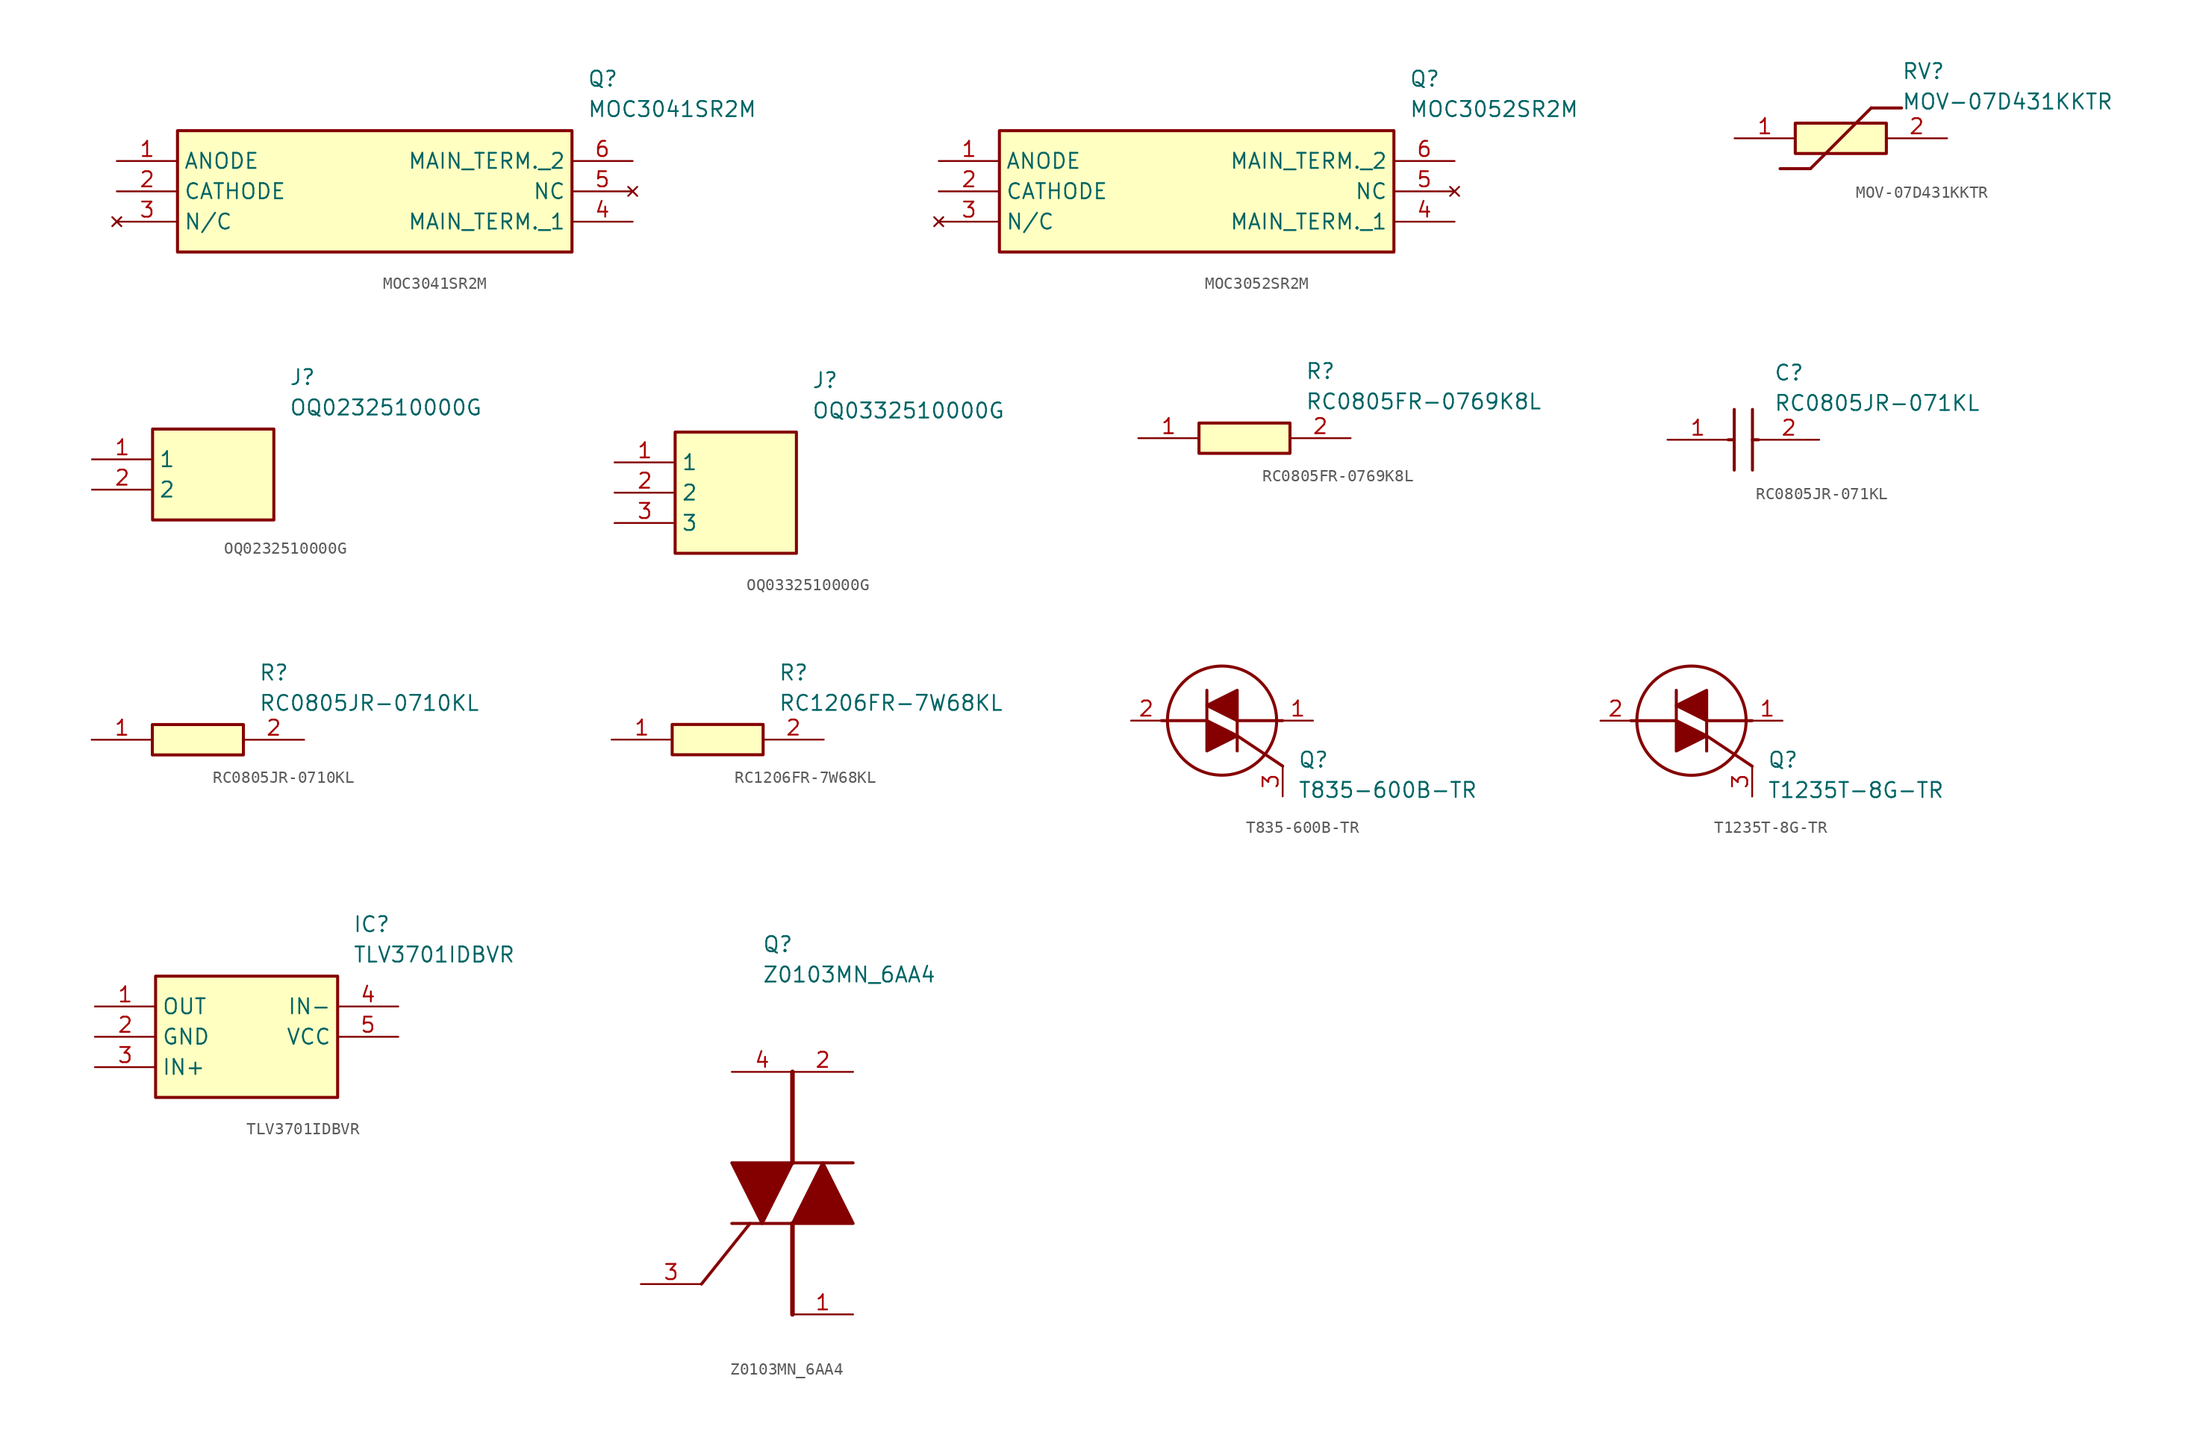
<source format=kicad_sym>
(kicad_symbol_lib
  (version 20241209)
  (generator "kicad_symbol_editor")
  (generator_version "9.0")
  (symbol "MOC3041SR2M"
    (property "Reference" "Q"
      (at 39.37 7.62 0)
      (effects (font (size 1.27 1.27)) (justify left top)))
    (property "Value" "MOC3041SR2M"
      (at 39.37 5.08 0)
      (effects (font (size 1.27 1.27)) (justify left top)))
    (symbol "MOC3041SR2M_1_1"
      (rectangle (start 5.08 2.54) (end 38.1 -7.62) (stroke (width 0.254) (type default)) (fill (type background)))
      (pin passive line (at 0 0 0) (length 5.08) (name "ANODE" (effects (font (size 1.27 1.27)))) (number "1" (effects (font (size 1.27 1.27)))))
      (pin passive line (at 0 -2.54 0) (length 5.08) (name "CATHODE" (effects (font (size 1.27 1.27)))) (number "2" (effects (font (size 1.27 1.27)))))
      (pin no_connect line (at 0 -5.08 0) (length 5.08) (name "N/C" (effects (font (size 1.27 1.27)))) (number "3" (effects (font (size 1.27 1.27)))))
      (pin passive line (at 43.18 0 180) (length 5.08) (name "MAIN_TERM._2" (effects (font (size 1.27 1.27)))) (number "6" (effects (font (size 1.27 1.27)))))
      (pin no_connect line (at 43.18 -2.54 180) (length 5.08) (name "NC" (effects (font (size 1.27 1.27)))) (number "5" (effects (font (size 1.27 1.27)))))
      (pin passive line (at 43.18 -5.08 180) (length 5.08) (name "MAIN_TERM._1" (effects (font (size 1.27 1.27)))) (number "4" (effects (font (size 1.27 1.27)))))))
  (symbol "MOC3052SR2M"
    (property "Reference" "Q"
      (at 39.37 7.62 0)
      (effects (font (size 1.27 1.27)) (justify left top)))
    (property "Value" "MOC3052SR2M"
      (at 39.37 5.08 0)
      (effects (font (size 1.27 1.27)) (justify left top)))
    (symbol "MOC3052SR2M_1_1"
      (rectangle (start 5.08 2.54) (end 38.1 -7.62) (stroke (width 0.254) (type default)) (fill (type background)))
      (pin passive line (at 0 0 0) (length 5.08) (name "ANODE" (effects (font (size 1.27 1.27)))) (number "1" (effects (font (size 1.27 1.27)))))
      (pin passive line (at 0 -2.54 0) (length 5.08) (name "CATHODE" (effects (font (size 1.27 1.27)))) (number "2" (effects (font (size 1.27 1.27)))))
      (pin no_connect line (at 0 -5.08 0) (length 5.08) (name "N/C" (effects (font (size 1.27 1.27)))) (number "3" (effects (font (size 1.27 1.27)))))
      (pin passive line (at 43.18 0 180) (length 5.08) (name "MAIN_TERM._2" (effects (font (size 1.27 1.27)))) (number "6" (effects (font (size 1.27 1.27)))))
      (pin no_connect line (at 43.18 -2.54 180) (length 5.08) (name "NC" (effects (font (size 1.27 1.27)))) (number "5" (effects (font (size 1.27 1.27)))))
      (pin passive line (at 43.18 -5.08 180) (length 5.08) (name "MAIN_TERM._1" (effects (font (size 1.27 1.27)))) (number "4" (effects (font (size 1.27 1.27)))))))
  (symbol "MOV-07D431KKTR"
    (pin_names
      (hide yes))
    (property "Reference" "RV"
      (at 13.97 6.35 0)
      (effects (font (size 1.27 1.27)) (justify left top)))
    (property "Value" "MOV-07D431KKTR"
      (at 13.97 3.81 0)
      (effects (font (size 1.27 1.27)) (justify left top)))
    (symbol "MOV-07D431KKTR_1_1"
      (polyline (pts (xy 3.81 -2.54) (xy 6.35 -2.54)) (stroke (width 0.254) (type default)) (fill (type none)))
      (rectangle (start 5.08 1.27) (end 12.7 -1.27) (stroke (width 0.254) (type default)) (fill (type background)))
      (polyline (pts (xy 11.43 2.54) (xy 6.35 -2.54)) (stroke (width 0.254) (type default)) (fill (type none)))
      (polyline (pts (xy 11.43 2.54) (xy 13.97 2.54)) (stroke (width 0.254) (type default)) (fill (type none)))
      (pin passive line (at 0 0 0) (length 5.08) (name "1" (effects (font (size 1.27 1.27)))) (number "1" (effects (font (size 1.27 1.27)))))
      (pin passive line (at 17.78 0 180) (length 5.08) (name "2" (effects (font (size 1.27 1.27)))) (number "2" (effects (font (size 1.27 1.27)))))))
  (symbol "OQ0232510000G"
    (property "Reference" "J"
      (at 16.51 7.62 0)
      (effects (font (size 1.27 1.27)) (justify left top)))
    (property "Value" "OQ0232510000G"
      (at 16.51 5.08 0)
      (effects (font (size 1.27 1.27)) (justify left top)))
    (symbol "OQ0232510000G_1_1"
      (rectangle (start 5.08 2.54) (end 15.24 -5.08) (stroke (width 0.254) (type default)) (fill (type background)))
      (pin passive line (at 0 0 0) (length 5.08) (name "1" (effects (font (size 1.27 1.27)))) (number "1" (effects (font (size 1.27 1.27)))))
      (pin passive line (at 0 -2.54 0) (length 5.08) (name "2" (effects (font (size 1.27 1.27)))) (number "2" (effects (font (size 1.27 1.27)))))))
  (symbol "OQ0332510000G"
    (property "Reference" "J"
      (at 16.51 7.62 0)
      (effects (font (size 1.27 1.27)) (justify left top)))
    (property "Value" "OQ0332510000G"
      (at 16.51 5.08 0)
      (effects (font (size 1.27 1.27)) (justify left top)))
    (symbol "OQ0332510000G_1_1"
      (rectangle (start 5.08 2.54) (end 15.24 -7.62) (stroke (width 0.254) (type default)) (fill (type background)))
      (pin passive line (at 0 0 0) (length 5.08) (name "1" (effects (font (size 1.27 1.27)))) (number "1" (effects (font (size 1.27 1.27)))))
      (pin passive line (at 0 -2.54 0) (length 5.08) (name "2" (effects (font (size 1.27 1.27)))) (number "2" (effects (font (size 1.27 1.27)))))
      (pin passive line (at 0 -5.08 0) (length 5.08) (name "3" (effects (font (size 1.27 1.27)))) (number "3" (effects (font (size 1.27 1.27)))))))
  (symbol "RC0805FR-0769K8L"
    (pin_names
      (hide yes))
    (property "Reference" "R"
      (at 13.97 6.35 0)
      (effects (font (size 1.27 1.27)) (justify left top)))
    (property "Value" "RC0805FR-0769K8L"
      (at 13.97 3.81 0)
      (effects (font (size 1.27 1.27)) (justify left top)))
    (symbol "RC0805FR-0769K8L_1_1"
      (rectangle (start 5.08 1.27) (end 12.7 -1.27) (stroke (width 0.254) (type default)) (fill (type background)))
      (pin passive line (at 0 0 0) (length 5.08) (name "1" (effects (font (size 1.27 1.27)))) (number "1" (effects (font (size 1.27 1.27)))))
      (pin passive line (at 17.78 0 180) (length 5.08) (name "2" (effects (font (size 1.27 1.27)))) (number "2" (effects (font (size 1.27 1.27)))))))
  (symbol "RC0805JR-071KL"
    (pin_names
      (hide yes))
    (property "Reference" "C"
      (at 8.89 6.35 0)
      (effects (font (size 1.27 1.27)) (justify left top)))
    (property "Value" "RC0805JR-071KL"
      (at 8.89 3.81 0)
      (effects (font (size 1.27 1.27)) (justify left top)))
    (symbol "RC0805JR-071KL_1_1"
      (polyline (pts (xy 5.08 0) (xy 5.588 0)) (stroke (width 0.254) (type default)) (fill (type none)))
      (polyline (pts (xy 5.588 2.54) (xy 5.588 -2.54)) (stroke (width 0.254) (type default)) (fill (type none)))
      (polyline (pts (xy 7.112 2.54) (xy 7.112 -2.54)) (stroke (width 0.254) (type default)) (fill (type none)))
      (polyline (pts (xy 7.112 0) (xy 7.62 0)) (stroke (width 0.254) (type default)) (fill (type none)))
      (pin passive line (at 0 0 0) (length 5.08) (name "1" (effects (font (size 1.27 1.27)))) (number "1" (effects (font (size 1.27 1.27)))))
      (pin passive line (at 12.7 0 180) (length 5.08) (name "2" (effects (font (size 1.27 1.27)))) (number "2" (effects (font (size 1.27 1.27)))))))
  (symbol "RC0805JR-0710KL"
    (pin_names
      (hide yes))
    (property "Reference" "R"
      (at 13.97 6.35 0)
      (effects (font (size 1.27 1.27)) (justify left top)))
    (property "Value" "RC0805JR-0710KL"
      (at 13.97 3.81 0)
      (effects (font (size 1.27 1.27)) (justify left top)))
    (symbol "RC0805JR-0710KL_1_1"
      (rectangle (start 5.08 1.27) (end 12.7 -1.27) (stroke (width 0.254) (type default)) (fill (type background)))
      (pin passive line (at 0 0 0) (length 5.08) (name "1" (effects (font (size 1.27 1.27)))) (number "1" (effects (font (size 1.27 1.27)))))
      (pin passive line (at 17.78 0 180) (length 5.08) (name "2" (effects (font (size 1.27 1.27)))) (number "2" (effects (font (size 1.27 1.27)))))))
  (symbol "RC1206FR-7W68KL"
    (pin_names
      (hide yes))
    (property "Reference" "R"
      (at 13.97 6.35 0)
      (effects (font (size 1.27 1.27)) (justify left top)))
    (property "Value" "RC1206FR-7W68KL"
      (at 13.97 3.81 0)
      (effects (font (size 1.27 1.27)) (justify left top)))
    (symbol "RC1206FR-7W68KL_1_1"
      (rectangle (start 5.08 1.27) (end 12.7 -1.27) (stroke (width 0.254) (type default)) (fill (type background)))
      (pin passive line (at 0 0 0) (length 5.08) (name "1" (effects (font (size 1.27 1.27)))) (number "1" (effects (font (size 1.27 1.27)))))
      (pin passive line (at 17.78 0 180) (length 5.08) (name "2" (effects (font (size 1.27 1.27)))) (number "2" (effects (font (size 1.27 1.27)))))))
  (symbol "T835-600B-TR"
    (pin_names
      (hide yes))
    (property "Reference" "Q"
      (at 13.97 -2.54 0)
      (effects (font (size 1.27 1.27)) (justify left top)))
    (property "Value" "T835-600B-TR"
      (at 13.97 -5.08 0)
      (effects (font (size 1.27 1.27)) (justify left top)))
    (symbol "T835-600B-TR_1_1"
      (polyline (pts (xy 6.35 0) (xy 2.54 0)) (stroke (width 0.254) (type default)) (fill (type none)))
      (polyline (pts (xy 6.35 0) (xy 6.35 2.54)) (stroke (width 0.254) (type default)) (fill (type none)))
      (polyline (pts (xy 6.35 -2.54) (xy 6.35 0) (xy 8.89 -1.27) (xy 6.35 -2.54)) (stroke (width 0.254) (type default)) (fill (type outline)))
      (circle (center 7.62 0) (radius 4.572) (stroke (width 0.254) (type default)) (fill (type none)))
      (polyline (pts (xy 8.89 2.54) (xy 8.89 0) (xy 6.35 1.27) (xy 8.89 2.54)) (stroke (width 0.254) (type default)) (fill (type outline)))
      (polyline (pts (xy 8.89 0) (xy 8.89 -2.54)) (stroke (width 0.254) (type default)) (fill (type none)))
      (polyline (pts (xy 8.89 0) (xy 12.7 0)) (stroke (width 0.254) (type default)) (fill (type none)))
      (polyline (pts (xy 8.89 -1.27) (xy 12.7 -3.81)) (stroke (width 0.254) (type default)) (fill (type none)))
      (pin passive line (at 0 0 0) (length 2.54) (name "A2" (effects (font (size 1.27 1.27)))) (number "2" (effects (font (size 1.27 1.27)))))
      (pin passive line (at 12.7 -6.35 90) (length 2.54) (name "G" (effects (font (size 1.27 1.27)))) (number "3" (effects (font (size 1.27 1.27)))))
      (pin passive line (at 15.24 0 180) (length 2.54) (name "A1" (effects (font (size 1.27 1.27)))) (number "1" (effects (font (size 1.27 1.27)))))))
  (symbol "T1235T-8G-TR"
    (pin_names
      (hide yes))
    (property "Reference" "Q"
      (at 13.97 -2.54 0)
      (effects (font (size 1.27 1.27)) (justify left top)))
    (property "Value" "T1235T-8G-TR"
      (at 13.97 -5.08 0)
      (effects (font (size 1.27 1.27)) (justify left top)))
    (symbol "T1235T-8G-TR_1_1"
      (polyline (pts (xy 6.35 0) (xy 2.54 0)) (stroke (width 0.254) (type default)) (fill (type none)))
      (polyline (pts (xy 6.35 0) (xy 6.35 2.54)) (stroke (width 0.254) (type default)) (fill (type none)))
      (polyline (pts (xy 6.35 -2.54) (xy 6.35 0) (xy 8.89 -1.27) (xy 6.35 -2.54)) (stroke (width 0.254) (type default)) (fill (type outline)))
      (circle (center 7.62 0) (radius 4.572) (stroke (width 0.254) (type default)) (fill (type none)))
      (polyline (pts (xy 8.89 2.54) (xy 8.89 0) (xy 6.35 1.27) (xy 8.89 2.54)) (stroke (width 0.254) (type default)) (fill (type outline)))
      (polyline (pts (xy 8.89 0) (xy 8.89 -2.54)) (stroke (width 0.254) (type default)) (fill (type none)))
      (polyline (pts (xy 8.89 0) (xy 12.7 0)) (stroke (width 0.254) (type default)) (fill (type none)))
      (polyline (pts (xy 8.89 -1.27) (xy 12.7 -3.81)) (stroke (width 0.254) (type default)) (fill (type none)))
      (pin passive line (at 0 0 0) (length 2.54) (name "A2" (effects (font (size 1.27 1.27)))) (number "2" (effects (font (size 1.27 1.27)))))
      (pin passive line (at 12.7 -6.35 90) (length 2.54) (name "G" (effects (font (size 1.27 1.27)))) (number "3" (effects (font (size 1.27 1.27)))))
      (pin passive line (at 15.24 0 180) (length 2.54) (name "A1" (effects (font (size 1.27 1.27)))) (number "1" (effects (font (size 1.27 1.27)))))))
  (symbol "TLV3701IDBVR"
    (property "Reference" "IC"
      (at 21.59 7.62 0)
      (effects (font (size 1.27 1.27)) (justify left top)))
    (property "Value" "TLV3701IDBVR"
      (at 21.59 5.08 0)
      (effects (font (size 1.27 1.27)) (justify left top)))
    (symbol "TLV3701IDBVR_1_1"
      (rectangle (start 5.08 2.54) (end 20.32 -7.62) (stroke (width 0.254) (type default)) (fill (type background)))
      (pin passive line (at 0 0 0) (length 5.08) (name "OUT" (effects (font (size 1.27 1.27)))) (number "1" (effects (font (size 1.27 1.27)))))
      (pin passive line (at 0 -2.54 0) (length 5.08) (name "GND" (effects (font (size 1.27 1.27)))) (number "2" (effects (font (size 1.27 1.27)))))
      (pin passive line (at 0 -5.08 0) (length 5.08) (name "IN+" (effects (font (size 1.27 1.27)))) (number "3" (effects (font (size 1.27 1.27)))))
      (pin passive line (at 25.4 0 180) (length 5.08) (name "IN-" (effects (font (size 1.27 1.27)))) (number "4" (effects (font (size 1.27 1.27)))))
      (pin passive line (at 25.4 -2.54 180) (length 5.08) (name "VCC" (effects (font (size 1.27 1.27)))) (number "5" (effects (font (size 1.27 1.27)))))))
  (symbol "Z0103MN_6AA4"
    (pin_names
      (hide yes))
    (property "Reference" "Q"
      (at -5.08 24.13 0)
      (effects (font (size 1.27 1.27)) (justify left top)))
    (property "Value" "Z0103MN_6AA4"
      (at -5.08 21.59 0)
      (effects (font (size 1.27 1.27)) (justify left top)))
    (symbol "Z0103MN_6AA4_1_1"
      (polyline (pts (xy -10.16 -5.08) (xy -6.096 0)) (stroke (width 0.254) (type default)) (fill (type none)))
      (polyline (pts (xy -5.08 0) (xy -2.54 5.08) (xy -7.62 5.08) (xy -5.08 0)) (stroke (width 0.254) (type default)) (fill (type outline)))
      (polyline (pts (xy -2.54 5.08) (xy -2.54 12.7)) (stroke (width 0.381) (type default)) (fill (type none)))
      (polyline (pts (xy -2.54 5.08) (xy 2.54 5.08)) (stroke (width 0.254) (type default)) (fill (type none)))
      (polyline (pts (xy -2.54 0) (xy -7.62 0)) (stroke (width 0.254) (type default)) (fill (type none)))
      (polyline (pts (xy -2.54 0) (xy -2.54 -7.62)) (stroke (width 0.381) (type default)) (fill (type none)))
      (polyline (pts (xy 0 5.08) (xy 2.54 0) (xy -2.54 0) (xy 0 5.08)) (stroke (width 0.254) (type default)) (fill (type outline)))
      (pin passive line (at -15.24 -5.08 0) (length 5.08) (name "G" (effects (font (size 1.27 1.27)))) (number "3" (effects (font (size 1.27 1.27)))))
      (pin passive line (at -7.62 12.7 0) (length 5.08) (name "A2_2" (effects (font (size 1.27 1.27)))) (number "4" (effects (font (size 1.27 1.27)))))
      (pin passive line (at 2.54 12.7 180) (length 5.08) (name "A2_1" (effects (font (size 1.27 1.27)))) (number "2" (effects (font (size 1.27 1.27)))))
      (pin passive line (at 2.54 -7.62 180) (length 5.08) (name "A1" (effects (font (size 1.27 1.27)))) (number "1" (effects (font (size 1.27 1.27))))))))
</source>
